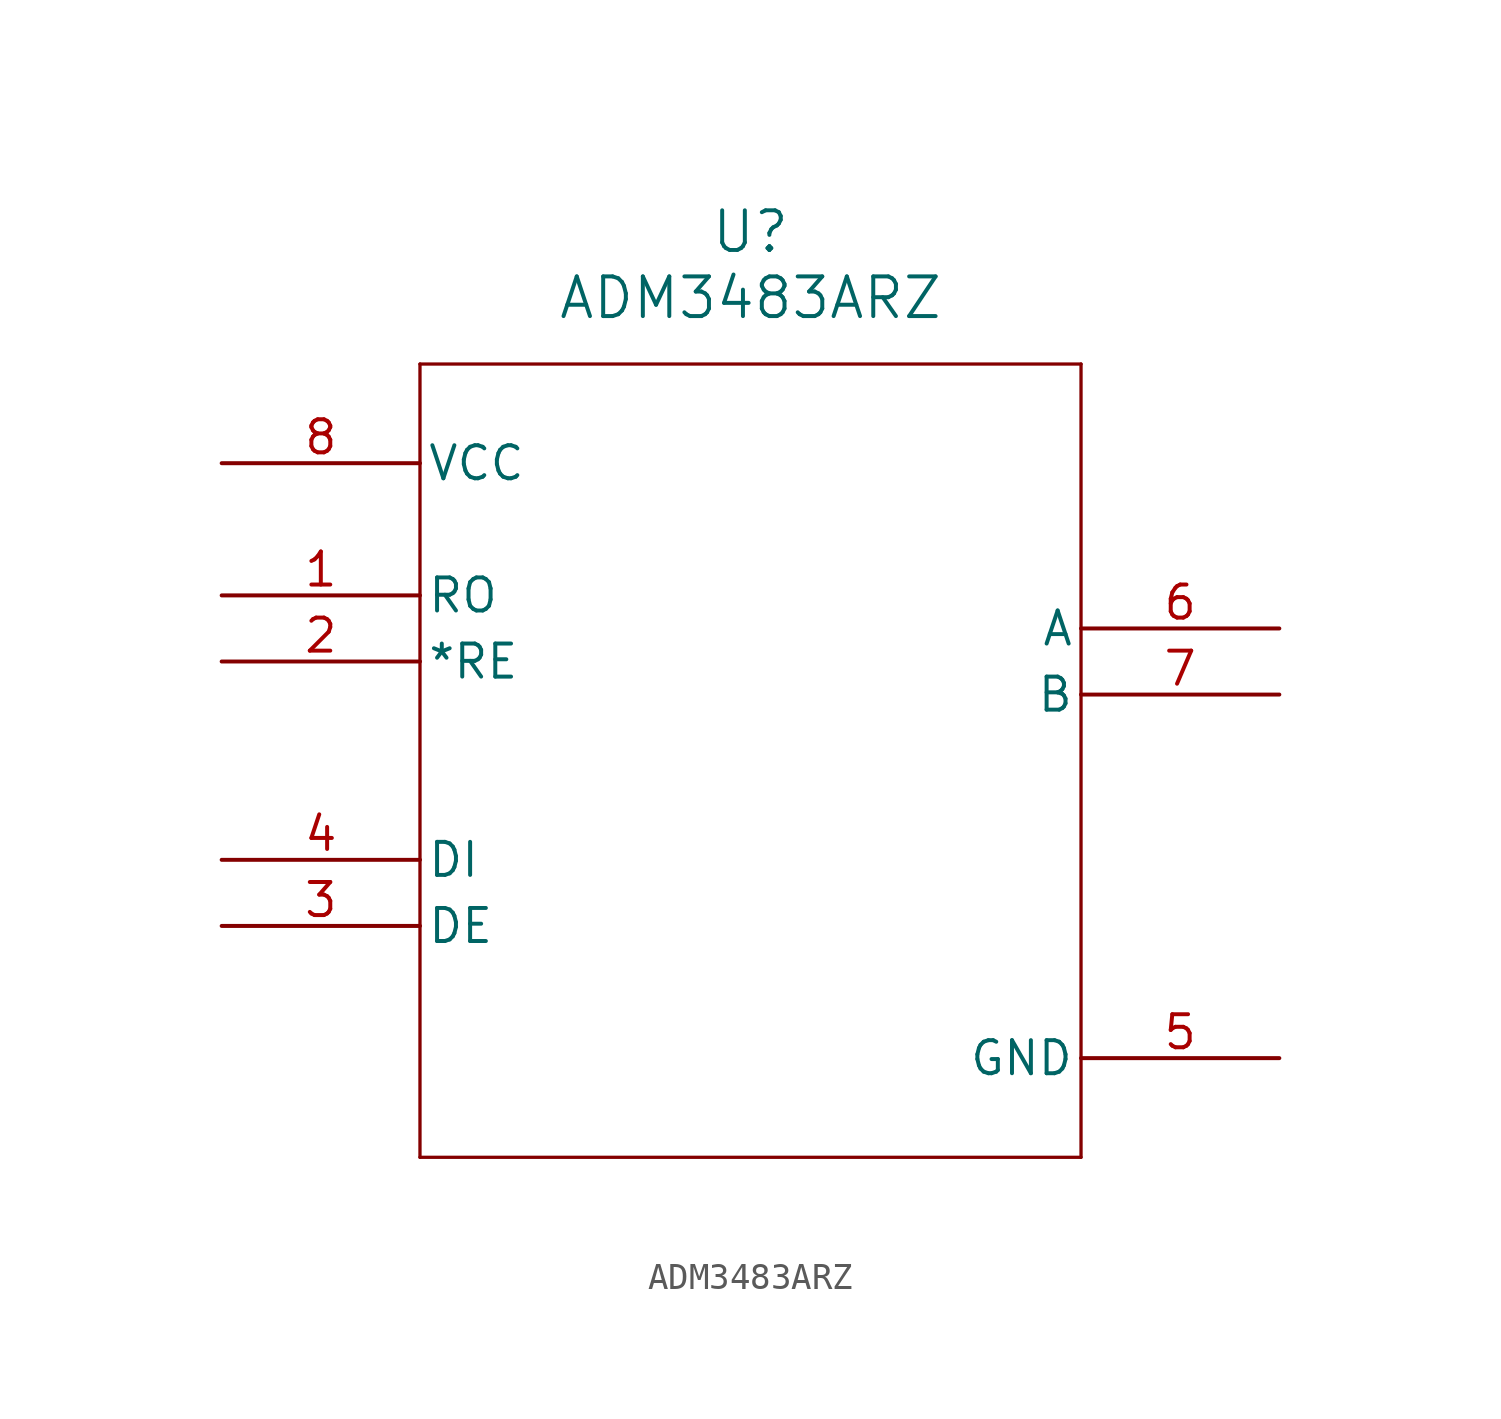
<source format=kicad_sym>
(kicad_symbol_lib
  (version 20220914)
  (generator kicad_symbol_editor)
  (symbol "ADM3483ARZ"
    (pin_names
      (offset 0.254))
    (property "Reference" "U"
      (at 13.97 10.16 0)
      (effects (font (size 1.524 1.524))))
    (property "Value" "ADM3483ARZ"
      (at 13.97 7.62 0)
      (effects (font (size 1.524 1.524))))
    (property "ki_locked" ""
      (at 0 0 0)
      (effects (font (size 1.27 1.27))))
    (symbol "ADM3483ARZ_0_1"
      (polyline (pts (xy 1.27 -25.4) (xy 1.27 5.08)) (stroke (width 0.127) (type default)) (fill (type none)))
      (polyline (pts (xy 1.27 5.08) (xy 26.67 5.08)) (stroke (width 0.127) (type default)) (fill (type none)))
      (polyline (pts (xy 26.67 -25.4) (xy 1.27 -25.4)) (stroke (width 0.127) (type default)) (fill (type none)))
      (polyline (pts (xy 26.67 5.08) (xy 26.67 -25.4)) (stroke (width 0.127) (type default)) (fill (type none)))
      (pin output line (at -6.35 -3.81 0) (length 7.62) (name "RO" (effects (font (size 1.27 1.27)))) (number "1" (effects (font (size 1.27 1.27)))))
      (pin input line (at -6.35 -13.97 0) (length 7.62) (name "DI" (effects (font (size 1.27 1.27)))) (number "4" (effects (font (size 1.27 1.27)))))
      (pin power_out line (at 34.29 -21.59 180) (length 7.62) (name "GND" (effects (font (size 1.27 1.27)))) (number "5" (effects (font (size 1.27 1.27)))))
      (pin bidirectional line (at 34.29 -5.08 180) (length 7.62) (name "A" (effects (font (size 1.27 1.27)))) (number "6" (effects (font (size 1.27 1.27)))))
      (pin bidirectional line (at 34.29 -7.62 180) (length 7.62) (name "B" (effects (font (size 1.27 1.27)))) (number "7" (effects (font (size 1.27 1.27)))))
      (pin power_in line (at -6.35 1.27 0) (length 7.62) (name "VCC" (effects (font (size 1.27 1.27)))) (number "8" (effects (font (size 1.27 1.27))))))
    (symbol "ADM3483ARZ_1_1"
      (pin input line (at -6.35 -6.35 0) (length 7.62) (name "*RE" (effects (font (size 1.27 1.27)))) (number "2" (effects (font (size 1.27 1.27)))))
      (pin input line (at -6.35 -16.51 0) (length 7.62) (name "DE" (effects (font (size 1.27 1.27)))) (number "3" (effects (font (size 1.27 1.27))))))))
</source>
